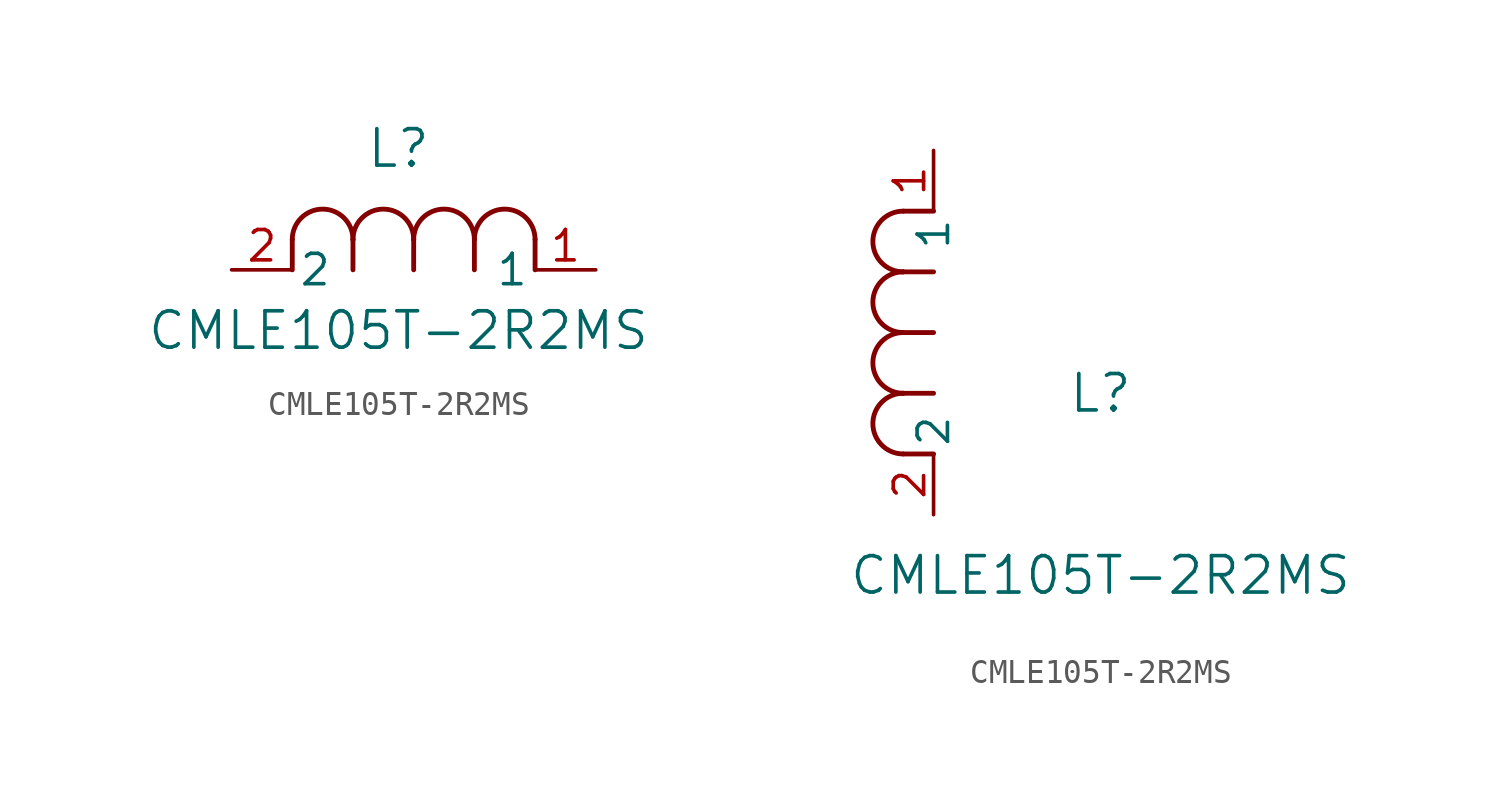
<source format=kicad_sym>
(kicad_symbol_lib
  (version 20211014)
  (generator kicad_symbol_editor)
  (symbol "CMLE105T-2R2MS"
    (pin_names
      (offset 0.254))
    (property "Reference" "L"
      (at 6.985 5.08 0)
      (effects (font (size 1.524 1.524))))
    (property "Value" "CMLE105T-2R2MS"
      (at 6.985 -2.54 0)
      (effects (font (size 1.524 1.524))))
    (symbol "CMLE105T-2R2MS_1_1"
      (arc (start 7.62 1.27) (mid 6.35 2.54) (end 5.08 1.27) (stroke (width 0.2032) (type default) (color 0 0 0 0)) (fill (type none)))
      (polyline (pts (xy 5.08 0) (xy 5.08 1.27)) (stroke (width 0.203) (type default) (color 0 0 0 0)) (fill (type none)))
      (polyline (pts (xy 7.62 0) (xy 7.62 1.27)) (stroke (width 0.203) (type default) (color 0 0 0 0)) (fill (type none)))
      (polyline (pts (xy 12.7 0) (xy 12.7 1.27)) (stroke (width 0.203) (type default) (color 0 0 0 0)) (fill (type none)))
      (arc (start 5.08 1.27) (mid 3.81 2.54) (end 2.54 1.27) (stroke (width 0.2032) (type default) (color 0 0 0 0)) (fill (type none)))
      (arc (start 10.16 1.27) (mid 8.89 2.54) (end 7.62 1.27) (stroke (width 0.2032) (type default) (color 0 0 0 0)) (fill (type none)))
      (arc (start 12.7 1.27) (mid 11.43 2.54) (end 10.16 1.27) (stroke (width 0.2032) (type default) (color 0 0 0 0)) (fill (type none)))
      (polyline (pts (xy 2.54 0) (xy 2.54 1.27)) (stroke (width 0.203) (type default) (color 0 0 0 0)) (fill (type none)))
      (polyline (pts (xy 10.16 0) (xy 10.16 1.27)) (stroke (width 0.203) (type default) (color 0 0 0 0)) (fill (type none)))
      (pin unspecified line (at 0 0 0) (length 2.54) (name "2" (effects (font (size 1.27 1.27)))) (number "2" (effects (font (size 1.27 1.27)))))
      (pin unspecified line (at 15.24 0 180) (length 2.54) (name "1" (effects (font (size 1.27 1.27)))) (number "1" (effects (font (size 1.27 1.27))))))
    (symbol "CMLE105T-2R2MS_1_2"
      (arc (start -1.27 7.62) (mid -2.54 6.35) (end -1.27 5.08) (stroke (width 0.2032) (type default) (color 0 0 0 0)) (fill (type none)))
      (arc (start -1.27 5.08) (mid -2.54 3.81) (end -1.27 2.54) (stroke (width 0.2032) (type default) (color 0 0 0 0)) (fill (type none)))
      (arc (start -1.27 12.7) (mid -2.54 11.43) (end -1.27 10.16) (stroke (width 0.2032) (type default) (color 0 0 0 0)) (fill (type none)))
      (arc (start -1.27 10.16) (mid -2.54 8.89) (end -1.27 7.62) (stroke (width 0.2032) (type default) (color 0 0 0 0)) (fill (type none)))
      (polyline (pts (xy 0 7.62) (xy -1.27 7.62)) (stroke (width 0.203) (type default) (color 0 0 0 0)) (fill (type none)))
      (polyline (pts (xy 0 5.08) (xy -1.27 5.08)) (stroke (width 0.203) (type default) (color 0 0 0 0)) (fill (type none)))
      (polyline (pts (xy 0 12.7) (xy -1.27 12.7)) (stroke (width 0.203) (type default) (color 0 0 0 0)) (fill (type none)))
      (polyline (pts (xy 0 2.54) (xy -1.27 2.54)) (stroke (width 0.203) (type default) (color 0 0 0 0)) (fill (type none)))
      (polyline (pts (xy 0 10.16) (xy -1.27 10.16)) (stroke (width 0.203) (type default) (color 0 0 0 0)) (fill (type none)))
      (pin unspecified line (at 0 0 90) (length 2.54) (name "2" (effects (font (size 1.27 1.27)))) (number "2" (effects (font (size 1.27 1.27)))))
      (pin unspecified line (at 0 15.24 270) (length 2.54) (name "1" (effects (font (size 1.27 1.27)))) (number "1" (effects (font (size 1.27 1.27))))))))
</source>
